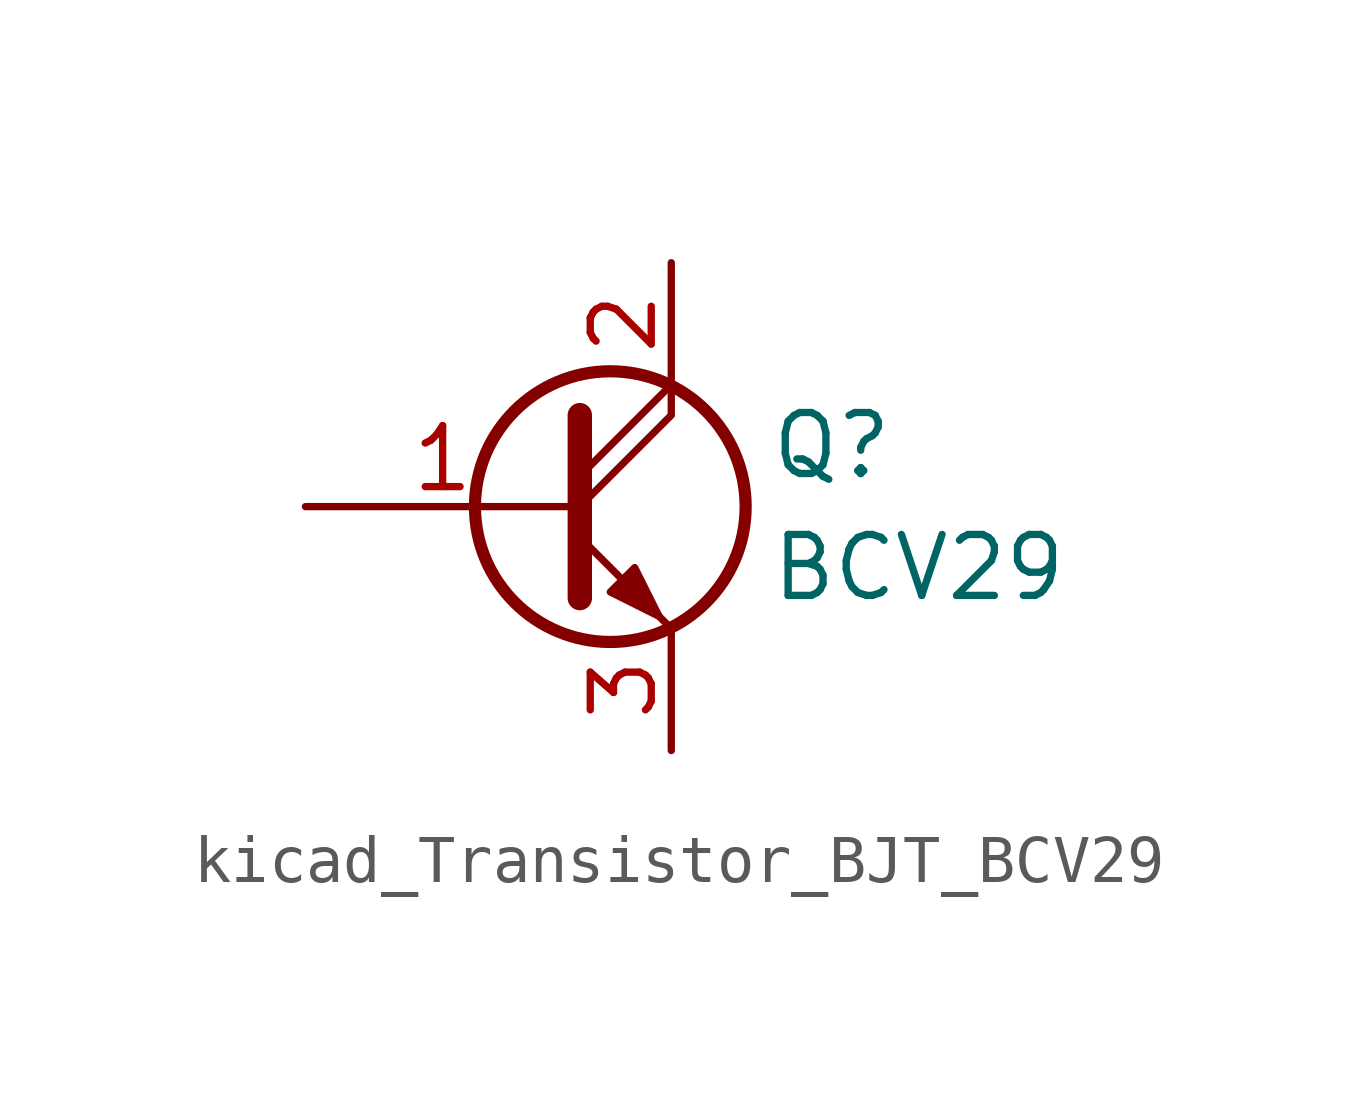
<source format=kicad_sym>
(kicad_symbol_lib
  (version 20220914)
  (generator kicad_symbol_editor)
  (symbol "kicad_Transistor_BJT_BCV29"
    (pin_names
      (offset 0) hide)
    (property "Reference" "Q"
      (at 4.572 1.27 0)
      (effects (font (size 1.27 1.27)) (justify left)))
    (property "Value" "BCV29"
      (at 4.572 -1.27 0)
      (effects (font (size 1.27 1.27)) (justify left)))
    (symbol "kicad_Transistor_BJT_BCV29_0_1"
      (polyline (pts (xy 0.635 0.635) (xy 2.54 2.54)) (stroke (width 0) (type default)) (fill (type none)))
      (polyline (pts (xy 0.635 -0.635) (xy 2.54 -2.54) (xy 2.54 -2.54)) (stroke (width 0) (type default)) (fill (type none)))
      (polyline (pts (xy 0.635 0) (xy 2.54 1.905) (xy 2.54 2.54)) (stroke (width 0) (type default)) (fill (type none)))
      (polyline (pts (xy 0.635 1.905) (xy 0.635 -1.905) (xy 0.635 -1.905)) (stroke (width 0.508) (type default)) (fill (type none)))
      (polyline (pts (xy 1.27 -1.778) (xy 1.778 -1.27) (xy 2.286 -2.286) (xy 1.27 -1.778) (xy 1.27 -1.778)) (stroke (width 0) (type default)) (fill (type outline)))
      (circle (center 1.27 0) (radius 2.819) (stroke (width 0.254) (type default)) (fill (type none))))
    (symbol "kicad_Transistor_BJT_BCV29_1_1"
      (pin input line (at -5.08 0 0) (length 5.715) (name "B" (effects (font (size 1.27 1.27)))) (number "1" (effects (font (size 1.27 1.27)))))
      (pin passive line (at 2.54 5.08 270) (length 2.54) (name "C" (effects (font (size 1.27 1.27)))) (number "2" (effects (font (size 1.27 1.27)))))
      (pin passive line (at 2.54 -5.08 90) (length 2.54) (name "E" (effects (font (size 1.27 1.27)))) (number "3" (effects (font (size 1.27 1.27))))))))
</source>
